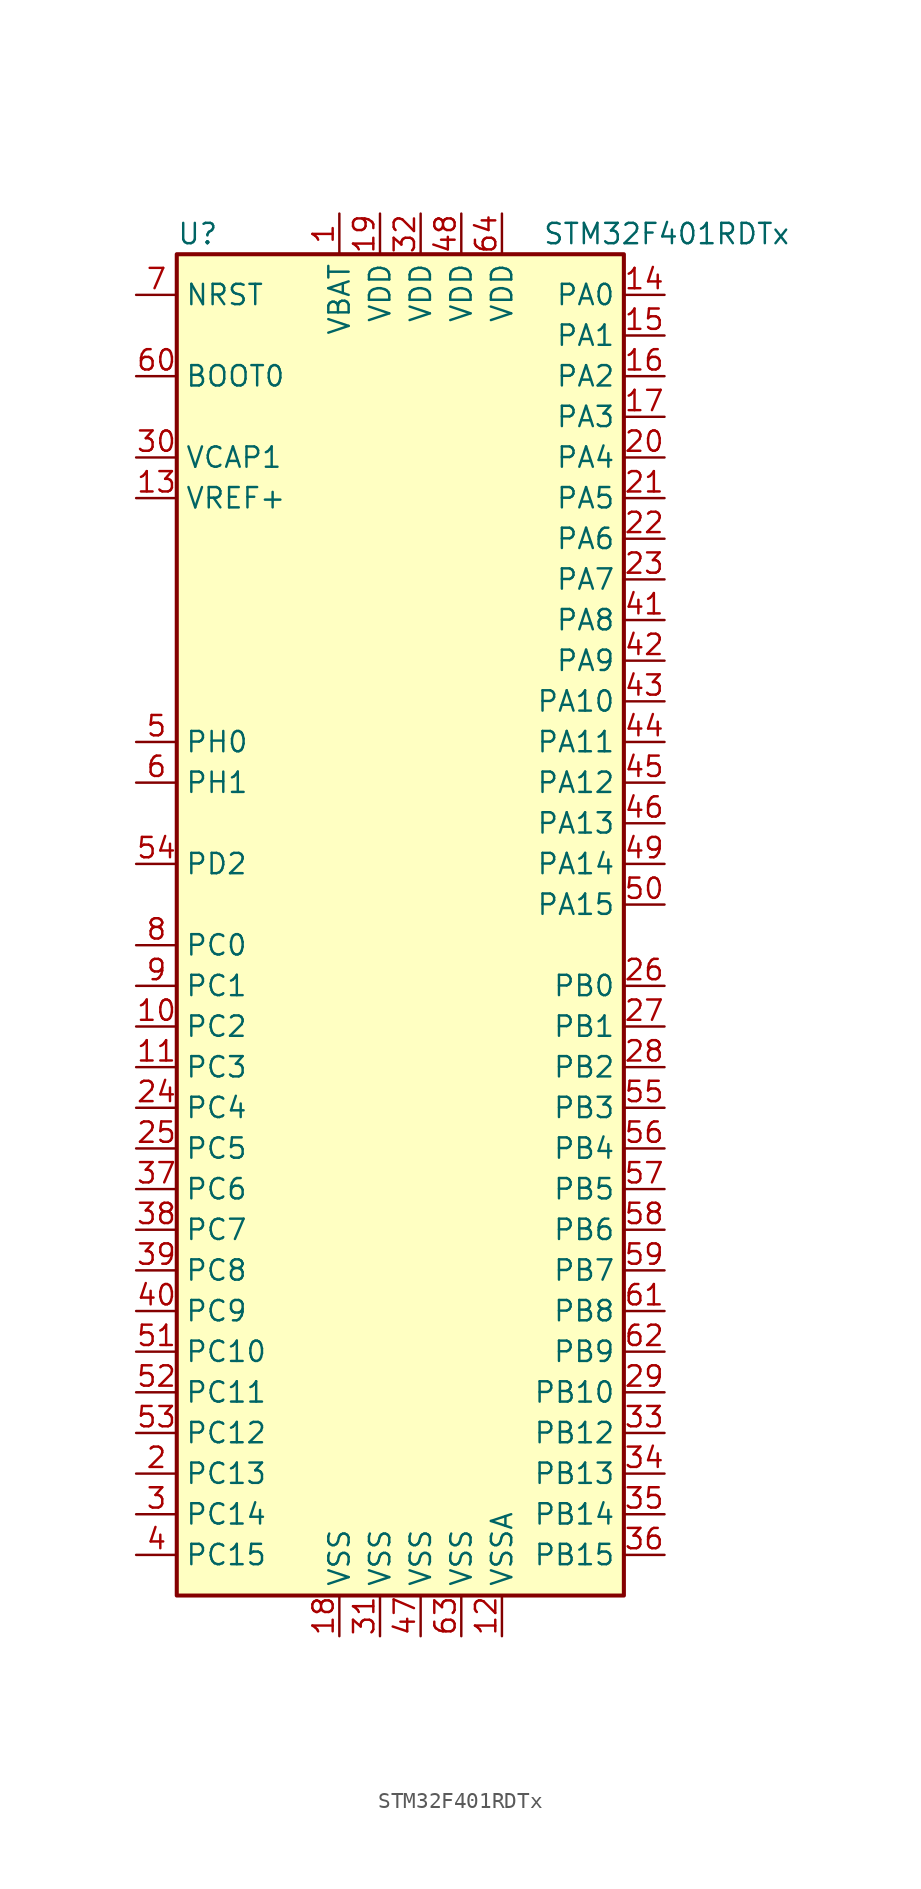
<source format=kicad_sym>
(kicad_symbol_lib
  (version 20201005)
  (generator kicad_symbol_editor)
  (symbol "STM32F401RDTx"
    (property "Reference" "U"
      (at -15.24 41.91 0)
      (effects (font (size 1.27 1.27)) (justify left)))
    (property "Value" "STM32F401RDTx"
      (at 7.62 41.91 0)
      (effects (font (size 1.27 1.27)) (justify left)))
    (symbol "STM32F401RDTx_0_1"
      (rectangle (start -15.24 -43.18) (end 12.7 40.64) (stroke (width 0.254)) (fill (type background))))
    (symbol "STM32F401RDTx_1_1"
      (pin power_in line (at -5.08 43.18 270) (length 2.54) (name "VBAT" (effects (font (size 1.27 1.27)))) (number "1" (effects (font (size 1.27 1.27)))))
      (pin bidirectional line (at -17.78 -7.62 0) (length 2.54) (name "PC2" (effects (font (size 1.27 1.27)))) (number "10" (effects (font (size 1.27 1.27)))))
      (pin bidirectional line (at -17.78 -10.16 0) (length 2.54) (name "PC3" (effects (font (size 1.27 1.27)))) (number "11" (effects (font (size 1.27 1.27)))))
      (pin power_in line (at 5.08 -45.72 90) (length 2.54) (name "VSSA" (effects (font (size 1.27 1.27)))) (number "12" (effects (font (size 1.27 1.27)))))
      (pin power_in line (at -17.78 25.4 0) (length 2.54) (name "VREF+" (effects (font (size 1.27 1.27)))) (number "13" (effects (font (size 1.27 1.27)))))
      (pin bidirectional line (at 15.24 38.1 180) (length 2.54) (name "PA0" (effects (font (size 1.27 1.27)))) (number "14" (effects (font (size 1.27 1.27)))))
      (pin bidirectional line (at 15.24 35.56 180) (length 2.54) (name "PA1" (effects (font (size 1.27 1.27)))) (number "15" (effects (font (size 1.27 1.27)))))
      (pin bidirectional line (at 15.24 33.02 180) (length 2.54) (name "PA2" (effects (font (size 1.27 1.27)))) (number "16" (effects (font (size 1.27 1.27)))))
      (pin bidirectional line (at 15.24 30.48 180) (length 2.54) (name "PA3" (effects (font (size 1.27 1.27)))) (number "17" (effects (font (size 1.27 1.27)))))
      (pin power_in line (at -5.08 -45.72 90) (length 2.54) (name "VSS" (effects (font (size 1.27 1.27)))) (number "18" (effects (font (size 1.27 1.27)))))
      (pin power_in line (at -2.54 43.18 270) (length 2.54) (name "VDD" (effects (font (size 1.27 1.27)))) (number "19" (effects (font (size 1.27 1.27)))))
      (pin bidirectional line (at -17.78 -35.56 0) (length 2.54) (name "PC13" (effects (font (size 1.27 1.27)))) (number "2" (effects (font (size 1.27 1.27)))))
      (pin bidirectional line (at 15.24 27.94 180) (length 2.54) (name "PA4" (effects (font (size 1.27 1.27)))) (number "20" (effects (font (size 1.27 1.27)))))
      (pin bidirectional line (at 15.24 25.4 180) (length 2.54) (name "PA5" (effects (font (size 1.27 1.27)))) (number "21" (effects (font (size 1.27 1.27)))))
      (pin bidirectional line (at 15.24 22.86 180) (length 2.54) (name "PA6" (effects (font (size 1.27 1.27)))) (number "22" (effects (font (size 1.27 1.27)))))
      (pin bidirectional line (at 15.24 20.32 180) (length 2.54) (name "PA7" (effects (font (size 1.27 1.27)))) (number "23" (effects (font (size 1.27 1.27)))))
      (pin bidirectional line (at -17.78 -12.7 0) (length 2.54) (name "PC4" (effects (font (size 1.27 1.27)))) (number "24" (effects (font (size 1.27 1.27)))))
      (pin bidirectional line (at -17.78 -15.24 0) (length 2.54) (name "PC5" (effects (font (size 1.27 1.27)))) (number "25" (effects (font (size 1.27 1.27)))))
      (pin bidirectional line (at 15.24 -5.08 180) (length 2.54) (name "PB0" (effects (font (size 1.27 1.27)))) (number "26" (effects (font (size 1.27 1.27)))))
      (pin bidirectional line (at 15.24 -7.62 180) (length 2.54) (name "PB1" (effects (font (size 1.27 1.27)))) (number "27" (effects (font (size 1.27 1.27)))))
      (pin bidirectional line (at 15.24 -10.16 180) (length 2.54) (name "PB2" (effects (font (size 1.27 1.27)))) (number "28" (effects (font (size 1.27 1.27)))))
      (pin bidirectional line (at 15.24 -30.48 180) (length 2.54) (name "PB10" (effects (font (size 1.27 1.27)))) (number "29" (effects (font (size 1.27 1.27)))))
      (pin bidirectional line (at -17.78 -38.1 0) (length 2.54) (name "PC14" (effects (font (size 1.27 1.27)))) (number "3" (effects (font (size 1.27 1.27)))))
      (pin power_in line (at -17.78 27.94 0) (length 2.54) (name "VCAP1" (effects (font (size 1.27 1.27)))) (number "30" (effects (font (size 1.27 1.27)))))
      (pin power_in line (at -2.54 -45.72 90) (length 2.54) (name "VSS" (effects (font (size 1.27 1.27)))) (number "31" (effects (font (size 1.27 1.27)))))
      (pin power_in line (at 0 43.18 270) (length 2.54) (name "VDD" (effects (font (size 1.27 1.27)))) (number "32" (effects (font (size 1.27 1.27)))))
      (pin bidirectional line (at 15.24 -33.02 180) (length 2.54) (name "PB12" (effects (font (size 1.27 1.27)))) (number "33" (effects (font (size 1.27 1.27)))))
      (pin bidirectional line (at 15.24 -35.56 180) (length 2.54) (name "PB13" (effects (font (size 1.27 1.27)))) (number "34" (effects (font (size 1.27 1.27)))))
      (pin bidirectional line (at 15.24 -38.1 180) (length 2.54) (name "PB14" (effects (font (size 1.27 1.27)))) (number "35" (effects (font (size 1.27 1.27)))))
      (pin bidirectional line (at 15.24 -40.64 180) (length 2.54) (name "PB15" (effects (font (size 1.27 1.27)))) (number "36" (effects (font (size 1.27 1.27)))))
      (pin bidirectional line (at -17.78 -17.78 0) (length 2.54) (name "PC6" (effects (font (size 1.27 1.27)))) (number "37" (effects (font (size 1.27 1.27)))))
      (pin bidirectional line (at -17.78 -20.32 0) (length 2.54) (name "PC7" (effects (font (size 1.27 1.27)))) (number "38" (effects (font (size 1.27 1.27)))))
      (pin bidirectional line (at -17.78 -22.86 0) (length 2.54) (name "PC8" (effects (font (size 1.27 1.27)))) (number "39" (effects (font (size 1.27 1.27)))))
      (pin bidirectional line (at -17.78 -40.64 0) (length 2.54) (name "PC15" (effects (font (size 1.27 1.27)))) (number "4" (effects (font (size 1.27 1.27)))))
      (pin bidirectional line (at -17.78 -25.4 0) (length 2.54) (name "PC9" (effects (font (size 1.27 1.27)))) (number "40" (effects (font (size 1.27 1.27)))))
      (pin bidirectional line (at 15.24 17.78 180) (length 2.54) (name "PA8" (effects (font (size 1.27 1.27)))) (number "41" (effects (font (size 1.27 1.27)))))
      (pin bidirectional line (at 15.24 15.24 180) (length 2.54) (name "PA9" (effects (font (size 1.27 1.27)))) (number "42" (effects (font (size 1.27 1.27)))))
      (pin bidirectional line (at 15.24 12.7 180) (length 2.54) (name "PA10" (effects (font (size 1.27 1.27)))) (number "43" (effects (font (size 1.27 1.27)))))
      (pin bidirectional line (at 15.24 10.16 180) (length 2.54) (name "PA11" (effects (font (size 1.27 1.27)))) (number "44" (effects (font (size 1.27 1.27)))))
      (pin bidirectional line (at 15.24 7.62 180) (length 2.54) (name "PA12" (effects (font (size 1.27 1.27)))) (number "45" (effects (font (size 1.27 1.27)))))
      (pin bidirectional line (at 15.24 5.08 180) (length 2.54) (name "PA13" (effects (font (size 1.27 1.27)))) (number "46" (effects (font (size 1.27 1.27)))))
      (pin power_in line (at 0 -45.72 90) (length 2.54) (name "VSS" (effects (font (size 1.27 1.27)))) (number "47" (effects (font (size 1.27 1.27)))))
      (pin power_in line (at 2.54 43.18 270) (length 2.54) (name "VDD" (effects (font (size 1.27 1.27)))) (number "48" (effects (font (size 1.27 1.27)))))
      (pin bidirectional line (at 15.24 2.54 180) (length 2.54) (name "PA14" (effects (font (size 1.27 1.27)))) (number "49" (effects (font (size 1.27 1.27)))))
      (pin input line (at -17.78 10.16 0) (length 2.54) (name "PH0" (effects (font (size 1.27 1.27)))) (number "5" (effects (font (size 1.27 1.27)))))
      (pin bidirectional line (at 15.24 0 180) (length 2.54) (name "PA15" (effects (font (size 1.27 1.27)))) (number "50" (effects (font (size 1.27 1.27)))))
      (pin bidirectional line (at -17.78 -27.94 0) (length 2.54) (name "PC10" (effects (font (size 1.27 1.27)))) (number "51" (effects (font (size 1.27 1.27)))))
      (pin bidirectional line (at -17.78 -30.48 0) (length 2.54) (name "PC11" (effects (font (size 1.27 1.27)))) (number "52" (effects (font (size 1.27 1.27)))))
      (pin bidirectional line (at -17.78 -33.02 0) (length 2.54) (name "PC12" (effects (font (size 1.27 1.27)))) (number "53" (effects (font (size 1.27 1.27)))))
      (pin bidirectional line (at -17.78 2.54 0) (length 2.54) (name "PD2" (effects (font (size 1.27 1.27)))) (number "54" (effects (font (size 1.27 1.27)))))
      (pin bidirectional line (at 15.24 -12.7 180) (length 2.54) (name "PB3" (effects (font (size 1.27 1.27)))) (number "55" (effects (font (size 1.27 1.27)))))
      (pin bidirectional line (at 15.24 -15.24 180) (length 2.54) (name "PB4" (effects (font (size 1.27 1.27)))) (number "56" (effects (font (size 1.27 1.27)))))
      (pin bidirectional line (at 15.24 -17.78 180) (length 2.54) (name "PB5" (effects (font (size 1.27 1.27)))) (number "57" (effects (font (size 1.27 1.27)))))
      (pin bidirectional line (at 15.24 -20.32 180) (length 2.54) (name "PB6" (effects (font (size 1.27 1.27)))) (number "58" (effects (font (size 1.27 1.27)))))
      (pin bidirectional line (at 15.24 -22.86 180) (length 2.54) (name "PB7" (effects (font (size 1.27 1.27)))) (number "59" (effects (font (size 1.27 1.27)))))
      (pin input line (at -17.78 7.62 0) (length 2.54) (name "PH1" (effects (font (size 1.27 1.27)))) (number "6" (effects (font (size 1.27 1.27)))))
      (pin input line (at -17.78 33.02 0) (length 2.54) (name "BOOT0" (effects (font (size 1.27 1.27)))) (number "60" (effects (font (size 1.27 1.27)))))
      (pin bidirectional line (at 15.24 -25.4 180) (length 2.54) (name "PB8" (effects (font (size 1.27 1.27)))) (number "61" (effects (font (size 1.27 1.27)))))
      (pin bidirectional line (at 15.24 -27.94 180) (length 2.54) (name "PB9" (effects (font (size 1.27 1.27)))) (number "62" (effects (font (size 1.27 1.27)))))
      (pin power_in line (at 2.54 -45.72 90) (length 2.54) (name "VSS" (effects (font (size 1.27 1.27)))) (number "63" (effects (font (size 1.27 1.27)))))
      (pin power_in line (at 5.08 43.18 270) (length 2.54) (name "VDD" (effects (font (size 1.27 1.27)))) (number "64" (effects (font (size 1.27 1.27)))))
      (pin input line (at -17.78 38.1 0) (length 2.54) (name "NRST" (effects (font (size 1.27 1.27)))) (number "7" (effects (font (size 1.27 1.27)))))
      (pin bidirectional line (at -17.78 -2.54 0) (length 2.54) (name "PC0" (effects (font (size 1.27 1.27)))) (number "8" (effects (font (size 1.27 1.27)))))
      (pin bidirectional line (at -17.78 -5.08 0) (length 2.54) (name "PC1" (effects (font (size 1.27 1.27)))) (number "9" (effects (font (size 1.27 1.27))))))))
</source>
